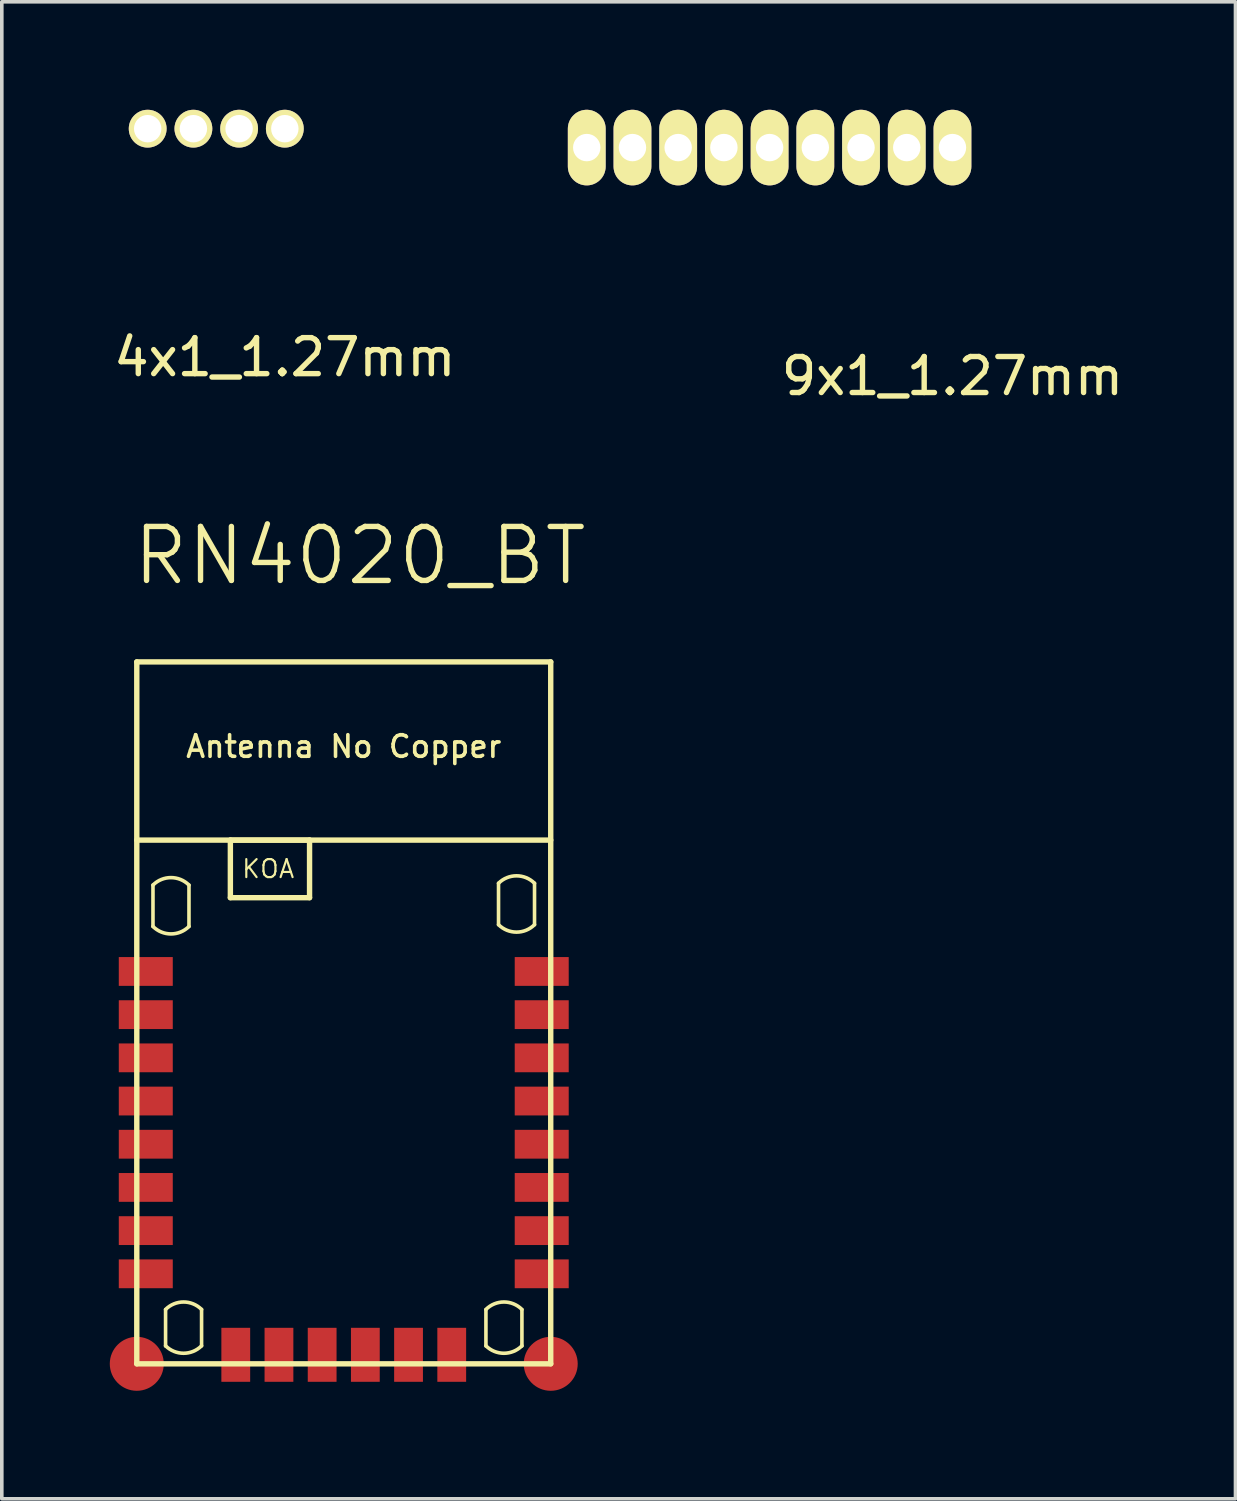
<source format=kicad_pcb>
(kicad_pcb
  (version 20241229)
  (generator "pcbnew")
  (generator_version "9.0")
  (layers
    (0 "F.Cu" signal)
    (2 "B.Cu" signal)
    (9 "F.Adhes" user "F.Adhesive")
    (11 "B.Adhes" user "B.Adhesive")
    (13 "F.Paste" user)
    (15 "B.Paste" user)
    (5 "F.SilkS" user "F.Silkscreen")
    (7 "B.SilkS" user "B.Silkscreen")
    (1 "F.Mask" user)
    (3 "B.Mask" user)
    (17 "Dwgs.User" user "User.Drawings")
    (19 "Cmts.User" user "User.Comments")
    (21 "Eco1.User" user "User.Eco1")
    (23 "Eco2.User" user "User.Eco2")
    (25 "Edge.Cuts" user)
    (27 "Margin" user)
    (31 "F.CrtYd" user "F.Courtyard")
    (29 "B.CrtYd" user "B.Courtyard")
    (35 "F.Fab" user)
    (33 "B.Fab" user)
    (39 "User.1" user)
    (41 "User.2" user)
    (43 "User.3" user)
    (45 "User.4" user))
  (footprint "9x1_1.27mm"
    (layer "F.Cu")
    (at 23.411 1.05)
    (property "Reference" "9x1_1.27mm" (at 0 6.35 0) (layer "F.SilkS") (effects (font (size 1 1) (thickness 0.15))))
    (attr through_hole)
    (pad "1" thru_hole oval (at 0 0) (size 1.05 2.1) (drill 0.762) (layers "*.Cu" "*.Mask" "F.SilkS"))
    (pad "2" thru_hole oval (at -1.27 0) (size 1.05 2.1) (drill 0.762) (layers "*.Cu" "*.Mask" "F.SilkS"))
    (pad "3" thru_hole oval (at -2.54 0) (size 1.05 2.1) (drill 0.762) (layers "*.Cu" "*.Mask" "F.SilkS"))
    (pad "4" thru_hole oval (at -3.81 0) (size 1.05 2.1) (drill 0.762) (layers "*.Cu" "*.Mask" "F.SilkS"))
    (pad "5" thru_hole oval (at -5.08 0) (size 1.05 2.1) (drill 0.762) (layers "*.Cu" "*.Mask" "F.SilkS"))
    (pad "6" thru_hole oval (at -6.35 0) (size 1.05 2.1) (drill 0.762) (layers "*.Cu" "*.Mask" "F.SilkS"))
    (pad "7" thru_hole oval (at -7.62 0) (size 1.05 2.1) (drill 0.762) (layers "*.Cu" "*.Mask" "F.SilkS"))
    (pad "8" thru_hole oval (at -8.89 0) (size 1.05 2.1) (drill 0.762) (layers "*.Cu" "*.Mask" "F.SilkS"))
    (pad "9" thru_hole oval (at -10.16 0) (size 1.05 2.1) (drill 0.762) (layers "*.Cu" "*.Mask" "F.SilkS")))
  (footprint "RN4020_BT"
    (layer "F.Cu")
    (at 6.5 25.089)
    (property "Reference" "RN4020_BT" (at 0.45 -12.7 0) (layer "F.SilkS") (effects (font (size 1.5 1.5) (thickness 0.15))))
    (attr through_hole)
    (fp_line (start -5.75 -4.8) (end 5.75 -4.8) (stroke (width 0.15) (type solid)) (layer "F.SilkS"))
    (fp_line (start -5.75 9.75) (end -5.75 -9.75) (stroke (width 0.15) (type solid)) (layer "F.SilkS"))
    (fp_line (start -5.3 -2.4) (end -5.3 -3.55) (stroke (width 0.1) (type solid)) (layer "F.SilkS"))
    (fp_line (start -4.95 9.255) (end -4.95 8.245) (stroke (width 0.1) (type solid)) (layer "F.SilkS"))
    (fp_line (start -4.3 -2.4) (end -4.3 -3.55) (stroke (width 0.1) (type solid)) (layer "F.SilkS"))
    (fp_line (start -3.95 9.25) (end -3.95 8.24) (stroke (width 0.1) (type solid)) (layer "F.SilkS"))
    (fp_line (start -3.15 -4.8) (end -3.15 -3.2) (stroke (width 0.15) (type solid)) (layer "F.SilkS"))
    (fp_line (start -3.15 -4.8) (end -0.95 -4.8) (stroke (width 0.15) (type solid)) (layer "F.SilkS"))
    (fp_line (start -3.15 -3.2) (end -0.95 -3.2) (stroke (width 0.15) (type solid)) (layer "F.SilkS"))
    (fp_line (start -0.95 -4.8) (end -0.95 -3.2) (stroke (width 0.15) (type solid)) (layer "F.SilkS"))
    (fp_line (start 3.95 9.255) (end 3.95 8.245) (stroke (width 0.1) (type solid)) (layer "F.SilkS"))
    (fp_line (start 4.3 -2.45) (end 4.3 -3.6) (stroke (width 0.1) (type solid)) (layer "F.SilkS"))
    (fp_line (start 4.95 9.255) (end 4.95 8.245) (stroke (width 0.1) (type solid)) (layer "F.SilkS"))
    (fp_line (start 5.3 -2.45) (end 5.3 -3.6) (stroke (width 0.1) (type solid)) (layer "F.SilkS"))
    (fp_line (start 5.75 -9.75) (end -5.75 -9.75) (stroke (width 0.15) (type solid)) (layer "F.SilkS"))
    (fp_line (start 5.75 -9.75) (end 5.75 9.75) (stroke (width 0.15) (type solid)) (layer "F.SilkS"))
    (fp_line (start 5.75 9.75) (end -5.75 9.75) (stroke (width 0.15) (type solid)) (layer "F.SilkS"))
    (fp_arc (start -5.3 -3.55) (mid -4.8 -3.757107) (end -4.3 -3.55) (stroke (width 0.1) (type solid)) (layer "F.SilkS"))
    (fp_arc (start -4.95 8.24) (mid -4.45 8.032893) (end -3.95 8.24) (stroke (width 0.1) (type solid)) (layer "F.SilkS"))
    (fp_arc (start -4.3 -2.4) (mid -4.8 -2.192893) (end -5.3 -2.4) (stroke (width 0.1) (type solid)) (layer "F.SilkS"))
    (fp_arc (start -3.95 9.25) (mid -4.45 9.457107) (end -4.95 9.25) (stroke (width 0.1) (type solid)) (layer "F.SilkS"))
    (fp_arc (start 3.95 8.24) (mid 4.45 8.032893) (end 4.95 8.24) (stroke (width 0.1) (type solid)) (layer "F.SilkS"))
    (fp_arc (start 4.3 -3.6) (mid 4.8 -3.807107) (end 5.3 -3.6) (stroke (width 0.1) (type solid)) (layer "F.SilkS"))
    (fp_arc (start 4.95 9.25) (mid 4.45 9.457107) (end 3.95 9.25) (stroke (width 0.1) (type solid)) (layer "F.SilkS"))
    (fp_arc (start 5.3 -2.45) (mid 4.8 -2.242893) (end 4.3 -2.45) (stroke (width 0.1) (type solid)) (layer "F.SilkS"))
    (fp_text user "KOA" (at -2.1 -4 0) (layer "F.SilkS") (effects (font (size 0.5 0.5) (thickness 0.06))))
    (fp_text user "Antenna No Copper" (at 0 -7.4 0) (layer "F.SilkS") (effects (font (size 0.6 0.6) (thickness 0.1))))
    (pad "1" smd rect (at -5.5 -1.15) (size 1.5 0.8) (layers "F.Cu" "F.Mask" "F.Paste"))
    (pad "2" smd rect (at -5.5 0.05) (size 1.5 0.8) (layers "F.Cu" "F.Mask" "F.Paste"))
    (pad "3" smd rect (at -5.5 1.25) (size 1.5 0.8) (layers "F.Cu" "F.Mask" "F.Paste"))
    (pad "4" smd rect (at -5.5 2.45) (size 1.5 0.8) (layers "F.Cu" "F.Mask" "F.Paste"))
    (pad "5" smd rect (at -5.5 3.65) (size 1.5 0.8) (layers "F.Cu" "F.Mask" "F.Paste"))
    (pad "6" smd rect (at -5.5 4.85) (size 1.5 0.8) (layers "F.Cu" "F.Mask" "F.Paste"))
    (pad "7" smd rect (at -5.5 6.05) (size 1.5 0.8) (layers "F.Cu" "F.Mask" "F.Paste"))
    (pad "8" smd rect (at -5.5 7.25) (size 1.5 0.8) (layers "F.Cu" "F.Mask" "F.Paste"))
    (pad "9" smd circle (at -5.75 9.75) (size 1.5 1.5) (layers "F.Cu" "F.Mask" "F.Paste"))
    (pad "10" smd rect (at -3 9.5 90) (size 1.5 0.8) (layers "F.Cu" "F.Mask" "F.Paste"))
    (pad "11" smd rect (at -1.8 9.5 90) (size 1.5 0.8) (layers "F.Cu" "F.Mask" "F.Paste"))
    (pad "12" smd rect (at -0.6 9.5 90) (size 1.5 0.8) (layers "F.Cu" "F.Mask" "F.Paste"))
    (pad "13" smd rect (at 0.6 9.5 90) (size 1.5 0.8) (layers "F.Cu" "F.Mask" "F.Paste"))
    (pad "14" smd rect (at 1.8 9.5 90) (size 1.5 0.8) (layers "F.Cu" "F.Mask" "F.Paste"))
    (pad "15" smd rect (at 3 9.5 90) (size 1.5 0.8) (layers "F.Cu" "F.Mask" "F.Paste"))
    (pad "16" smd circle (at 5.75 9.75) (size 1.5 1.5) (layers "F.Cu" "F.Mask" "F.Paste"))
    (pad "17" smd rect (at 5.5 7.25) (size 1.5 0.8) (layers "F.Cu" "F.Mask" "F.Paste"))
    (pad "18" smd rect (at 5.5 6.05) (size 1.5 0.8) (layers "F.Cu" "F.Mask" "F.Paste"))
    (pad "19" smd rect (at 5.5 4.85) (size 1.5 0.8) (layers "F.Cu" "F.Mask" "F.Paste"))
    (pad "20" smd rect (at 5.5 3.65) (size 1.5 0.8) (layers "F.Cu" "F.Mask" "F.Paste"))
    (pad "21" smd rect (at 5.5 2.45) (size 1.5 0.8) (layers "F.Cu" "F.Mask" "F.Paste"))
    (pad "22" smd rect (at 5.5 1.25) (size 1.5 0.8) (layers "F.Cu" "F.Mask" "F.Paste"))
    (pad "23" smd rect (at 5.5 0.05) (size 1.5 0.8) (layers "F.Cu" "F.Mask" "F.Paste"))
    (pad "24" smd rect (at 5.5 -1.15) (size 1.5 0.8) (layers "F.Cu" "F.Mask" "F.Paste")))
  (footprint "4x1_1.27mm"
    (layer "F.Cu")
    (at 4.863 0.525)
    (property "Reference" "4x1_1.27mm" (at 0 6.35 0) (layer "F.SilkS") (effects (font (size 1 1) (thickness 0.15))))
    (attr through_hole)
    (pad "1" thru_hole circle (at 0 0) (size 1.05 1.05) (drill 0.762) (layers "*.Cu" "*.Mask" "F.SilkS"))
    (pad "2" thru_hole circle (at -1.27 0) (size 1.05 1.05) (drill 0.762) (layers "*.Cu" "*.Mask" "F.SilkS"))
    (pad "3" thru_hole circle (at -2.54 0) (size 1.05 1.05) (drill 0.762) (layers "*.Cu" "*.Mask" "F.SilkS"))
    (pad "4" thru_hole circle (at -3.81 0) (size 1.05 1.05) (drill 0.762) (layers "*.Cu" "*.Mask" "F.SilkS")))
  (gr_rect
    (start -3 -3)
    (end 31.274 38.589)
    (stroke (width 0.1) (type default))
    (fill no)
    (layer "Edge.Cuts")))
</source>
